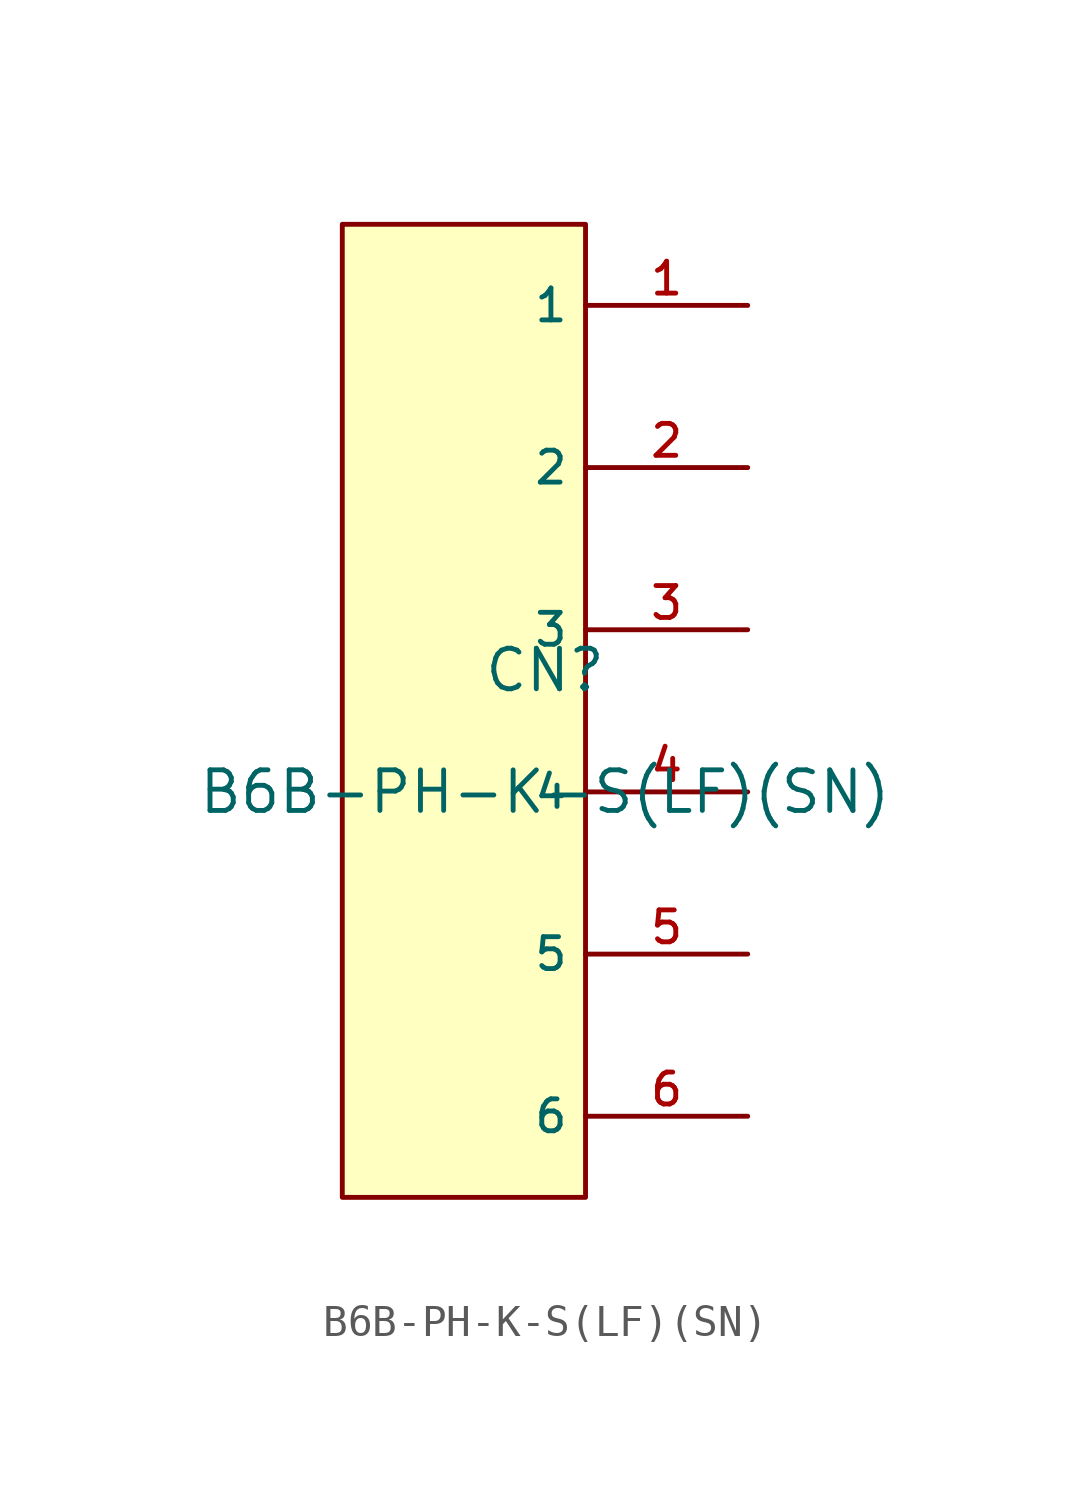
<source format=kicad_sym>
(kicad_symbol_lib
  (version 20210201)
  (generator TousstNicolas/JLC2KiCad_lib)
  (symbol "B6B-PH-K-S(LF)(SN)"
    (property "Reference" "CN"
      (at 0 1.27 0)
      (effects (font (size 1.27 1.27))))
    (property "Value" "B6B-PH-K-S(LF)(SN)"
      (at 0 -2.54 0)
      (effects (font (size 1.27 1.27))))
    (symbol "B6B-PH-K-S(LF)(SN)_0_1"
      (rectangle (start -6.35 15.24) (end 1.27 -15.24) (stroke (width 0) (type default) (color 0 0 0 0)) (fill (type background)))
      (pin input line (at 6.35 12.7 180) (length 5.08) (name "1" (effects (font (size 1 1)))) (number "1" (effects (font (size 1 1)))))
      (pin input line (at 6.35 7.62 180) (length 5.08) (name "2" (effects (font (size 1 1)))) (number "2" (effects (font (size 1 1)))))
      (pin input line (at 6.35 2.54 180) (length 5.08) (name "3" (effects (font (size 1 1)))) (number "3" (effects (font (size 1 1)))))
      (pin input line (at 6.35 -2.54 180) (length 5.08) (name "4" (effects (font (size 1 1)))) (number "4" (effects (font (size 1 1)))))
      (pin input line (at 6.35 -7.62 180) (length 5.08) (name "5" (effects (font (size 1 1)))) (number "5" (effects (font (size 1 1)))))
      (pin input line (at 6.35 -12.7 180) (length 5.08) (name "6" (effects (font (size 1 1)))) (number "6" (effects (font (size 1 1))))))))
</source>
